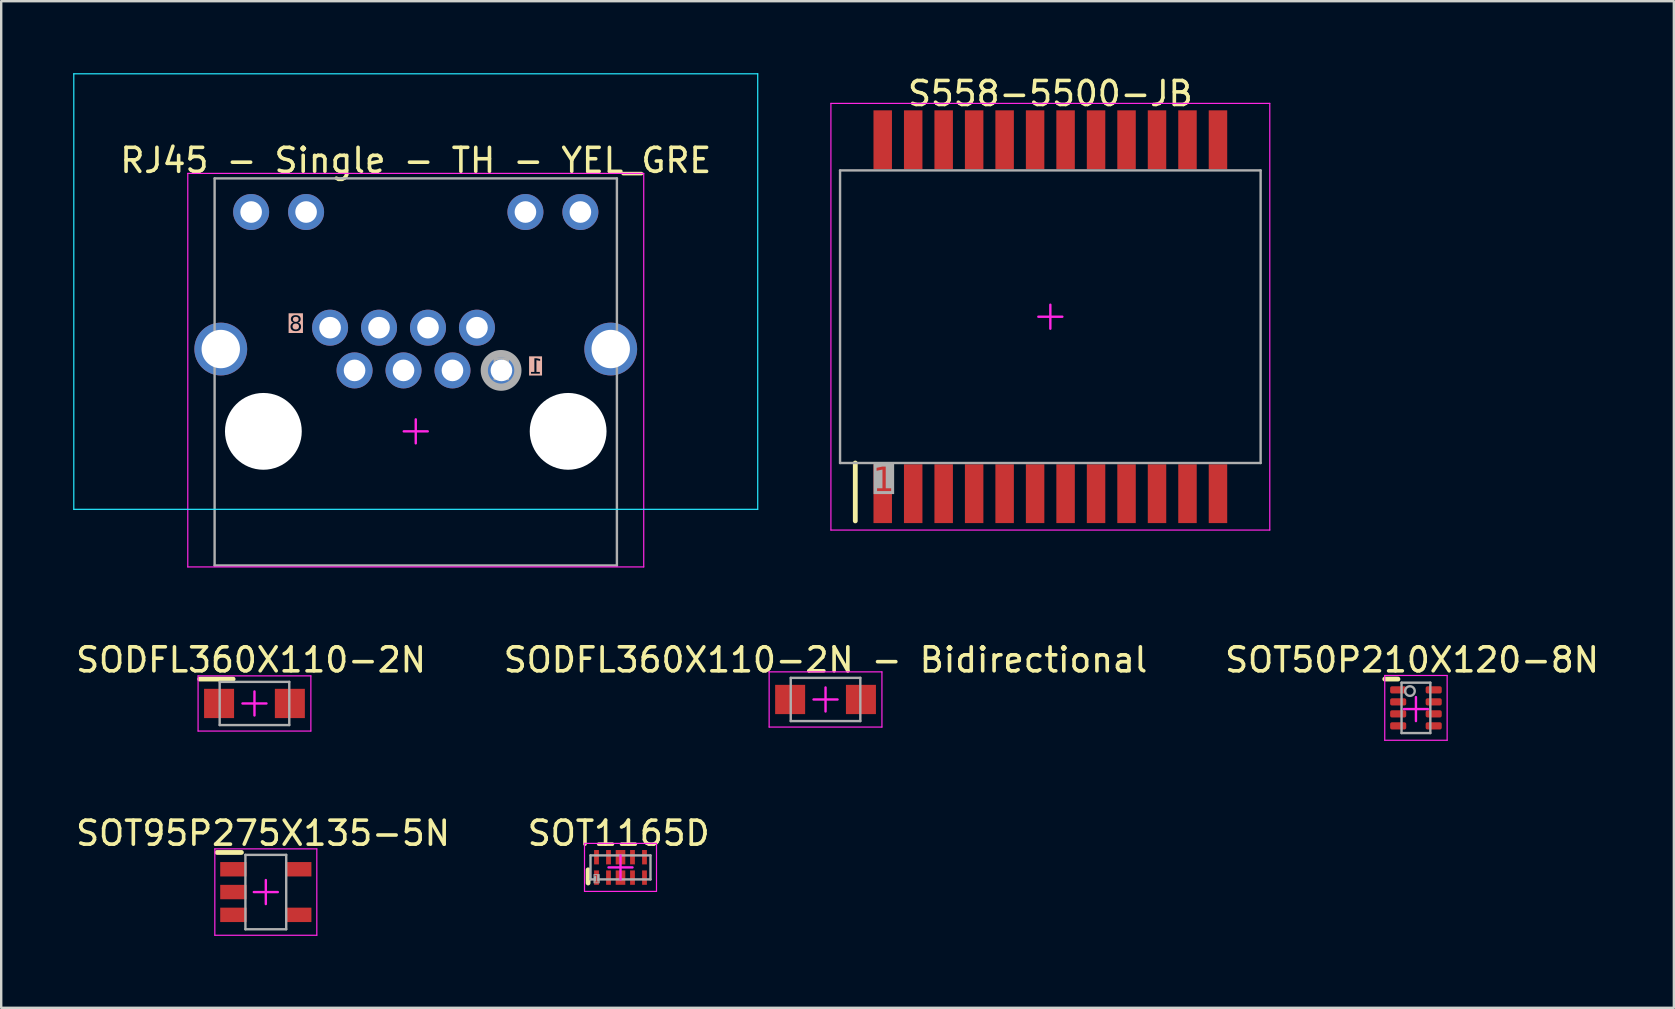
<source format=kicad_pcb>
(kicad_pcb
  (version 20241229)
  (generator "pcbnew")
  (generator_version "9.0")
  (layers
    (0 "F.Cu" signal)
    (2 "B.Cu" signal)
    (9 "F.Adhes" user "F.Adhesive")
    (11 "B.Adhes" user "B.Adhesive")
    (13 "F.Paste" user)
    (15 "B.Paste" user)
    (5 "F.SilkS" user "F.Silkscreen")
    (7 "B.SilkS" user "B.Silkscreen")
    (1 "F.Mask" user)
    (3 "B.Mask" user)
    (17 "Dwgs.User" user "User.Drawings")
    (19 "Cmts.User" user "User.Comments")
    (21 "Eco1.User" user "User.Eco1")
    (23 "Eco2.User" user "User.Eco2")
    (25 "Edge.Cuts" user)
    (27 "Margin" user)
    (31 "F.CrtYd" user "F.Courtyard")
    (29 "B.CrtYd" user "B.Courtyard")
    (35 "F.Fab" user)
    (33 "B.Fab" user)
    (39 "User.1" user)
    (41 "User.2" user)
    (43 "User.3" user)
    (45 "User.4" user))
  (footprint "SODFL360X110-2N"
    (layer "F.Cu")
    (at 7.554 26.264)
    (property "Reference" "SODFL360X110-2N" (at -0.143 -1.816 0) (layer "F.SilkS") (effects (font (size 1 1) (thickness 0.15))))
    (fp_line (start -2.286 -1.016) (end -0.889 -1.016) (stroke (width 0.2) (type solid)) (layer "F.SilkS"))
    (fp_line (start -2.35 -1.15) (end 2.35 -1.15) (stroke (width 0.05) (type solid)) (layer "F.CrtYd"))
    (fp_line (start -2.35 1.15) (end -2.35 -1.15) (stroke (width 0.05) (type solid)) (layer "F.CrtYd"))
    (fp_line (start -2.35 1.15) (end 2.35 1.15) (stroke (width 0.05) (type solid)) (layer "F.CrtYd"))
    (fp_line (start -0.5 0) (end 0.5 0) (stroke (width 0.1) (type solid)) (layer "F.CrtYd"))
    (fp_line (start 0 0.5) (end 0 -0.5) (stroke (width 0.1) (type solid)) (layer "F.CrtYd"))
    (fp_line (start 2.35 1.15) (end 2.35 -1.15) (stroke (width 0.05) (type solid)) (layer "F.CrtYd"))
    (fp_line (start -1.45 -0.9) (end 1.45 -0.9) (stroke (width 0.1) (type solid)) (layer "F.Fab"))
    (fp_line (start -1.45 0.9) (end -1.45 -0.9) (stroke (width 0.1) (type solid)) (layer "F.Fab"))
    (fp_line (start -1.45 0.9) (end 1.45 0.9) (stroke (width 0.1) (type solid)) (layer "F.Fab"))
    (fp_line (start 1.45 0.9) (end 1.45 -0.9) (stroke (width 0.1) (type solid)) (layer "F.Fab"))
    (pad "A" smd rect (at 1.475 0 90) (size 1.22 1.25) (layers "F.Cu" "F.Mask" "F.Paste"))
    (pad "K" smd rect (at -1.475 0 90) (size 1.22 1.25) (layers "F.Cu" "F.Mask" "F.Paste")))
  (footprint "SOT1165D"
    (layer "F.Cu")
    (at 22.807 33.096)
    (property "Reference" "SOT1165D" (at -0.075 -1.425 0) (layer "F.SilkS") (effects (font (size 1 1) (thickness 0.15))))
    (fp_line (start -1.35 0.65) (end -1.35 0.1) (stroke (width 0.2) (type solid)) (layer "F.SilkS"))
    (fp_line (start -1.5 -1) (end 1.5 -1) (stroke (width 0.05) (type solid)) (layer "F.CrtYd"))
    (fp_line (start -1.5 1) (end -1.5 -1) (stroke (width 0.05) (type solid)) (layer "F.CrtYd"))
    (fp_line (start -1.5 1) (end 1.5 1) (stroke (width 0.05) (type solid)) (layer "F.CrtYd"))
    (fp_line (start -0.5 0) (end 0.5 0) (stroke (width 0.1) (type solid)) (layer "F.CrtYd"))
    (fp_line (start 0 0.5) (end 0 -0.5) (stroke (width 0.1) (type solid)) (layer "F.CrtYd"))
    (fp_line (start 1.5 1) (end 1.5 -1) (stroke (width 0.05) (type solid)) (layer "F.CrtYd"))
    (fp_line (start -1.25 -0.5) (end 1.25 -0.5) (stroke (width 0.1) (type solid)) (layer "F.Fab"))
    (fp_line (start -1.25 0.5) (end -1.25 -0.5) (stroke (width 0.1) (type solid)) (layer "F.Fab"))
    (fp_line (start -1.25 0.5) (end -1.086 0.5) (stroke (width 0.1) (type solid)) (layer "F.Fab"))
    (fp_line (start -0.912 0.5) (end 1.25 0.5) (stroke (width 0.1) (type solid)) (layer "F.Fab"))
    (fp_line (start 1.25 0.5) (end 1.25 -0.5) (stroke (width 0.1) (type solid)) (layer "F.Fab"))
    (fp_text user "1" (at -1 0.5 0) (unlocked yes) (layer "F.Fab" knockout) (effects (font (face "Arial") (size 0.3 0.3) (thickness 0.254))))
    (pad "1" smd rect (at -1 0.425) (size 0.2 0.6) (layers "F.Cu" "F.Mask" "F.Paste"))
    (pad "2" smd rect (at -0.5 0.425) (size 0.2 0.6) (layers "F.Cu" "F.Mask" "F.Paste"))
    (pad "3" smd rect (at 0 0.425) (size 0.4 0.6) (layers "F.Cu" "F.Mask" "F.Paste"))
    (pad "4" smd rect (at 0.5 0.425) (size 0.2 0.6) (layers "F.Cu" "F.Mask" "F.Paste"))
    (pad "5" smd rect (at 1 0.425) (size 0.2 0.6) (layers "F.Cu" "F.Mask" "F.Paste"))
    (pad "6" smd rect (at 1 -0.425) (size 0.2 0.6) (layers "F.Cu" "F.Mask" "F.Paste"))
    (pad "7" smd rect (at 0.5 -0.425) (size 0.2 0.6) (layers "F.Cu" "F.Mask" "F.Paste"))
    (pad "8" smd rect (at 0 -0.425) (size 0.4 0.6) (layers "F.Cu" "F.Mask" "F.Paste"))
    (pad "9" smd rect (at -0.5 -0.425) (size 0.2 0.6) (layers "F.Cu" "F.Mask" "F.Paste"))
    (pad "10" smd rect (at -1 -0.425) (size 0.2 0.6) (layers "F.Cu" "F.Mask" "F.Paste")))
  (footprint "S558-5500-JB"
    (layer "F.Cu")
    (at 40.719 10.148)
    (property "Reference" "S558-5500-JB" (at 0 -9.3 0) (layer "F.SilkS") (effects (font (size 1 1) (thickness 0.15))))
    (fp_line (start -8.128 8.509) (end -8.128 6.096) (stroke (width 0.2) (type solid)) (layer "F.SilkS"))
    (fp_line (start -9.144 -8.89) (end 9.144 -8.89) (stroke (width 0.05) (type solid)) (layer "F.CrtYd"))
    (fp_line (start -9.144 8.89) (end -9.144 -8.89) (stroke (width 0.05) (type solid)) (layer "F.CrtYd"))
    (fp_line (start -9.144 8.89) (end 9.144 8.89) (stroke (width 0.05) (type solid)) (layer "F.CrtYd"))
    (fp_line (start -0.5 0) (end 0.5 0) (stroke (width 0.1) (type solid)) (layer "F.CrtYd"))
    (fp_line (start 0 0.5) (end 0 -0.5) (stroke (width 0.1) (type solid)) (layer "F.CrtYd"))
    (fp_line (start 9.144 8.89) (end 9.144 -8.89) (stroke (width 0.05) (type solid)) (layer "F.CrtYd"))
    (fp_line (start -8.763 -6.096) (end 8.763 -6.096) (stroke (width 0.1) (type solid)) (layer "F.Fab"))
    (fp_line (start -8.763 6.096) (end -8.763 -6.096) (stroke (width 0.1) (type solid)) (layer "F.Fab"))
    (fp_line (start -8.763 6.096) (end 8.763 6.096) (stroke (width 0.1) (type solid)) (layer "F.Fab"))
    (fp_line (start 8.763 6.096) (end 8.763 -6.096) (stroke (width 0.1) (type solid)) (layer "F.Fab"))
    (fp_text user "1" (at -6.95 6.85 0) (unlocked yes) (layer "F.Fab" knockout) (effects (font (face "Arial") (size 1 1) (thickness 0.254))))
    (pad "1" smd rect (at -6.985 7.375) (size 0.77 2.45) (layers "F.Cu" "F.Mask" "F.Paste"))
    (pad "2" smd rect (at -5.715 7.375) (size 0.77 2.45) (layers "F.Cu" "F.Mask" "F.Paste"))
    (pad "3" smd rect (at -4.445 7.375) (size 0.77 2.45) (layers "F.Cu" "F.Mask" "F.Paste"))
    (pad "4" smd rect (at -3.175 7.375) (size 0.77 2.45) (layers "F.Cu" "F.Mask" "F.Paste"))
    (pad "5" smd rect (at -1.905 7.375) (size 0.77 2.45) (layers "F.Cu" "F.Mask" "F.Paste"))
    (pad "6" smd rect (at -0.635 7.375) (size 0.77 2.45) (layers "F.Cu" "F.Mask" "F.Paste"))
    (pad "7" smd rect (at 0.635 7.375) (size 0.77 2.45) (layers "F.Cu" "F.Mask" "F.Paste"))
    (pad "8" smd rect (at 1.905 7.375) (size 0.77 2.45) (layers "F.Cu" "F.Mask" "F.Paste"))
    (pad "9" smd rect (at 3.175 7.375) (size 0.77 2.45) (layers "F.Cu" "F.Mask" "F.Paste"))
    (pad "10" smd rect (at 4.445 7.375) (size 0.77 2.45) (layers "F.Cu" "F.Mask" "F.Paste"))
    (pad "11" smd rect (at 5.715 7.375) (size 0.77 2.45) (layers "F.Cu" "F.Mask" "F.Paste"))
    (pad "12" smd rect (at 6.985 7.375) (size 0.77 2.45) (layers "F.Cu" "F.Mask" "F.Paste"))
    (pad "13" smd rect (at 6.985 -7.375 180) (size 0.77 2.45) (layers "F.Cu" "F.Mask" "F.Paste"))
    (pad "14" smd rect (at 5.715 -7.375 180) (size 0.77 2.45) (layers "F.Cu" "F.Mask" "F.Paste"))
    (pad "15" smd rect (at 4.445 -7.375 180) (size 0.77 2.45) (layers "F.Cu" "F.Mask" "F.Paste"))
    (pad "16" smd rect (at 3.175 -7.375 180) (size 0.77 2.45) (layers "F.Cu" "F.Mask" "F.Paste"))
    (pad "17" smd rect (at 1.905 -7.375 180) (size 0.77 2.45) (layers "F.Cu" "F.Mask" "F.Paste"))
    (pad "18" smd rect (at 0.635 -7.375 180) (size 0.77 2.45) (layers "F.Cu" "F.Mask" "F.Paste"))
    (pad "19" smd rect (at -0.635 -7.375 180) (size 0.77 2.45) (layers "F.Cu" "F.Mask" "F.Paste"))
    (pad "20" smd rect (at -1.905 -7.375 180) (size 0.77 2.45) (layers "F.Cu" "F.Mask" "F.Paste"))
    (pad "21" smd rect (at -3.175 -7.375 180) (size 0.77 2.45) (layers "F.Cu" "F.Mask" "F.Paste"))
    (pad "22" smd rect (at -4.445 -7.375 180) (size 0.77 2.45) (layers "F.Cu" "F.Mask" "F.Paste"))
    (pad "23" smd rect (at -5.715 -7.375 180) (size 0.77 2.45) (layers "F.Cu" "F.Mask" "F.Paste"))
    (pad "24" smd rect (at -6.985 -7.375 180) (size 0.77 2.45) (layers "F.Cu" "F.Mask" "F.Paste")))
  (footprint "RJ45 - Single - TH - YEL_GRE"
    (layer "F.Cu")
    (at 14.275 14.925)
    (property "Reference" "RJ45 - Single - TH - YEL_GRE" (at 0 -11.291 0) (layer "F.SilkS") (effects (font (size 1 1) (thickness 0.15))))
    (fp_line (start -14.25 -14.9) (end 14.25 -14.9) (stroke (width 0.05) (type solid)) (layer "B.CrtYd"))
    (fp_line (start -14.25 3.25) (end -14.25 -14.9) (stroke (width 0.05) (type solid)) (layer "B.CrtYd"))
    (fp_line (start -14.25 3.25) (end 14.25 3.25) (stroke (width 0.05) (type solid)) (layer "B.CrtYd"))
    (fp_line (start 14.25 3.25) (end 14.25 -14.9) (stroke (width 0.05) (type solid)) (layer "B.CrtYd"))
    (fp_line (start -9.5 -10.75) (end 9.5 -10.75) (stroke (width 0.05) (type solid)) (layer "F.CrtYd"))
    (fp_line (start -9.5 5.65) (end -9.5 -10.75) (stroke (width 0.05) (type solid)) (layer "F.CrtYd"))
    (fp_line (start -9.5 5.65) (end 9.5 5.65) (stroke (width 0.05) (type solid)) (layer "F.CrtYd"))
    (fp_line (start -0.5 0) (end 0.5 0) (stroke (width 0.1) (type solid)) (layer "F.CrtYd"))
    (fp_line (start 0 0.5) (end 0 -0.5) (stroke (width 0.1) (type solid)) (layer "F.CrtYd"))
    (fp_line (start 9.5 5.65) (end 9.5 -10.75) (stroke (width 0.05) (type solid)) (layer "F.CrtYd"))
    (fp_line (start -8.382 -10.541) (end 8.382 -10.541) (stroke (width 0.1) (type solid)) (layer "F.Fab"))
    (fp_line (start -8.382 5.588) (end -8.382 -10.541) (stroke (width 0.1) (type solid)) (layer "F.Fab"))
    (fp_line (start -8.382 5.588) (end 8.382 5.588) (stroke (width 0.1) (type solid)) (layer "F.Fab"))
    (fp_line (start 8.382 5.588) (end 8.382 -10.541) (stroke (width 0.1) (type solid)) (layer "F.Fab"))
    (fp_circle (center 3.556 -2.54) (end 3.556 -3.24) (stroke (width 0.3) (type solid)) (fill no) (layer "F.Fab"))
    (fp_text user "1" (at 5 -2.665 0) (unlocked yes) (layer "B.SilkS" knockout) (effects (font (face "Arial") (size 0.63 0.63) (thickness 0.254)) (justify mirror)))
    (fp_text user "8" (at -5 -4.45 0) (unlocked yes) (layer "B.SilkS" knockout) (effects (font (face "Arial") (size 0.63 0.63) (thickness 0.254)) (justify mirror)))
    (fp_text user "1" (at 3.556 -2.54 0) (unlocked yes) (layer "F.Fab" knockout) (effects (font (face "Arial") (size 0.75 0.75) (thickness 0.254))))
    (pad "" np_thru_hole circle (at -6.35 0) (size 3.2 3.2) (drill 3.2) (layers "*.Cu" "*.Mask"))
    (pad "" np_thru_hole circle (at 6.35 0) (size 3.2 3.2) (drill 3.2) (layers "*.Cu" "*.Mask"))
    (pad "1" thru_hole circle (at 3.57 -2.54) (size 1.5 1.5) (drill 0.9) (layers "*.Cu" "*.Mask"))
    (pad "2" thru_hole circle (at 2.55 -4.32) (size 1.5 1.5) (drill 0.9) (layers "*.Cu" "*.Mask"))
    (pad "3" thru_hole circle (at 1.53 -2.54) (size 1.5 1.5) (drill 0.9) (layers "*.Cu" "*.Mask"))
    (pad "4" thru_hole circle (at 0.51 -4.32) (size 1.5 1.5) (drill 0.9) (layers "*.Cu" "*.Mask"))
    (pad "5" thru_hole circle (at -0.51 -2.54) (size 1.5 1.5) (drill 0.9) (layers "*.Cu" "*.Mask"))
    (pad "6" thru_hole circle (at -1.53 -4.32) (size 1.5 1.5) (drill 0.9) (layers "*.Cu" "*.Mask"))
    (pad "7" thru_hole circle (at -2.55 -2.54) (size 1.5 1.5) (drill 0.9) (layers "*.Cu" "*.Mask"))
    (pad "8" thru_hole circle (at -3.57 -4.32) (size 1.5 1.5) (drill 0.9) (layers "*.Cu" "*.Mask"))
    (pad "9" thru_hole circle (at 6.86 -9.14) (size 1.5 1.5) (drill 0.9) (layers "*.Cu" "*.Mask"))
    (pad "10" thru_hole circle (at 4.57 -9.14) (size 1.5 1.5) (drill 0.9) (layers "*.Cu" "*.Mask"))
    (pad "11" thru_hole circle (at -4.57 -9.14) (size 1.5 1.5) (drill 0.9) (layers "*.Cu" "*.Mask"))
    (pad "12" thru_hole circle (at -6.86 -9.14) (size 1.5 1.5) (drill 0.9) (layers "*.Cu" "*.Mask"))
    (pad "S1" thru_hole circle (at 8.125 -3.43) (size 2.2 2.2) (drill 1.6) (layers "*.Cu" "*.Mask"))
    (pad "S2" thru_hole circle (at -8.125 -3.43) (size 2.2 2.2) (drill 1.6) (layers "*.Cu" "*.Mask")))
  (footprint "SOT95P275X135-5N"
    (layer "F.Cu")
    (at 8.027 34.123)
    (property "Reference" "SOT95P275X135-5N" (at -0.116 -2.451 0) (layer "F.SilkS") (effects (font (size 1 1) (thickness 0.15))))
    (fp_line (start -2.032 -1.651) (end -1.016 -1.651) (stroke (width 0.2) (type solid)) (layer "F.SilkS"))
    (fp_line (start -2.125 -1.8) (end 2.125 -1.8) (stroke (width 0.05) (type solid)) (layer "F.CrtYd"))
    (fp_line (start -2.125 1.8) (end -2.125 -1.8) (stroke (width 0.05) (type solid)) (layer "F.CrtYd"))
    (fp_line (start -2.125 1.8) (end 2.125 1.8) (stroke (width 0.05) (type solid)) (layer "F.CrtYd"))
    (fp_line (start -0.5 0) (end 0.5 0) (stroke (width 0.1) (type solid)) (layer "F.CrtYd"))
    (fp_line (start 0 0.5) (end 0 -0.5) (stroke (width 0.1) (type solid)) (layer "F.CrtYd"))
    (fp_line (start 2.125 1.8) (end 2.125 -1.8) (stroke (width 0.05) (type solid)) (layer "F.CrtYd"))
    (fp_line (start -0.85 -1.55) (end 0.85 -1.55) (stroke (width 0.1) (type solid)) (layer "F.Fab"))
    (fp_line (start -0.85 1.55) (end -0.85 -1.55) (stroke (width 0.1) (type solid)) (layer "F.Fab"))
    (fp_line (start -0.85 1.55) (end 0.85 1.55) (stroke (width 0.1) (type solid)) (layer "F.Fab"))
    (fp_line (start 0.85 1.55) (end 0.85 -1.55) (stroke (width 0.1) (type solid)) (layer "F.Fab"))
    (pad "1" smd rect (at -1.35 -0.95 90) (size 0.6 1.1) (layers "F.Cu" "F.Mask" "F.Paste"))
    (pad "2" smd rect (at -1.35 0 90) (size 0.6 1.1) (layers "F.Cu" "F.Mask" "F.Paste"))
    (pad "3" smd rect (at -1.35 0.95 90) (size 0.6 1.1) (layers "F.Cu" "F.Mask" "F.Paste"))
    (pad "4" smd rect (at 1.35 0.95 90) (size 0.6 1.1) (layers "F.Cu" "F.Mask" "F.Paste"))
    (pad "5" smd rect (at 1.35 -0.95 90) (size 0.6 1.1) (layers "F.Cu" "F.Mask" "F.Paste")))
  (footprint "SODFL360X110-2N - Bidirectional"
    (layer "F.Cu")
    (at 31.351 26.098)
    (property "Reference" "SODFL360X110-2N - Bidirectional" (at 0 -1.65 0) (layer "F.SilkS") (effects (font (size 1 1) (thickness 0.15))))
    (fp_line (start -2.35 -1.15) (end 2.35 -1.15) (stroke (width 0.05) (type solid)) (layer "F.CrtYd"))
    (fp_line (start -2.35 1.15) (end -2.35 -1.15) (stroke (width 0.05) (type solid)) (layer "F.CrtYd"))
    (fp_line (start -2.35 1.15) (end 2.35 1.15) (stroke (width 0.05) (type solid)) (layer "F.CrtYd"))
    (fp_line (start -0.5 0) (end 0.5 0) (stroke (width 0.1) (type solid)) (layer "F.CrtYd"))
    (fp_line (start 0 0.5) (end 0 -0.5) (stroke (width 0.1) (type solid)) (layer "F.CrtYd"))
    (fp_line (start 2.35 1.15) (end 2.35 -1.15) (stroke (width 0.05) (type solid)) (layer "F.CrtYd"))
    (fp_line (start -1.45 -0.9) (end 1.45 -0.9) (stroke (width 0.1) (type solid)) (layer "F.Fab"))
    (fp_line (start -1.45 0.9) (end -1.45 -0.9) (stroke (width 0.1) (type solid)) (layer "F.Fab"))
    (fp_line (start -1.45 0.9) (end 1.45 0.9) (stroke (width 0.1) (type solid)) (layer "F.Fab"))
    (fp_line (start 1.45 0.9) (end 1.45 -0.9) (stroke (width 0.1) (type solid)) (layer "F.Fab"))
    (pad "1" smd rect (at -1.475 0 90) (size 1.22 1.25) (layers "F.Cu" "F.Mask" "F.Paste"))
    (pad "2" smd rect (at 1.475 0 90) (size 1.22 1.25) (layers "F.Cu" "F.Mask" "F.Paste")))
  (footprint "SOT50P210X120-8N"
    (layer "F.Cu")
    (at 55.954 26.448)
    (property "Reference" "SOT50P210X120-8N" (at -0.163 -2 0) (layer "F.SilkS") (effects (font (size 1 1) (thickness 0.15))))
    (fp_line (start -1.3 -1.2) (end -0.75 -1.2) (stroke (width 0.2) (type solid)) (layer "F.SilkS"))
    (fp_line (start -1.3 -1.35) (end 1.3 -1.35) (stroke (width 0.05) (type solid)) (layer "F.CrtYd"))
    (fp_line (start -1.3 1.35) (end -1.3 -1.35) (stroke (width 0.05) (type solid)) (layer "F.CrtYd"))
    (fp_line (start -1.3 1.35) (end 1.3 1.35) (stroke (width 0.05) (type solid)) (layer "F.CrtYd"))
    (fp_line (start -0.5 0.05) (end 0.5 0.05) (stroke (width 0.1) (type solid)) (layer "F.CrtYd"))
    (fp_line (start 0 0.55) (end 0 -0.45) (stroke (width 0.1) (type solid)) (layer "F.CrtYd"))
    (fp_line (start 1.3 1.35) (end 1.3 -1.35) (stroke (width 0.05) (type solid)) (layer "F.CrtYd"))
    (fp_line (start -0.6 -1.05) (end 0.6 -1.05) (stroke (width 0.1) (type solid)) (layer "F.Fab"))
    (fp_line (start -0.6 1.05) (end -0.6 -1.05) (stroke (width 0.1) (type solid)) (layer "F.Fab"))
    (fp_line (start -0.6 1.05) (end 0.6 1.05) (stroke (width 0.1) (type solid)) (layer "F.Fab"))
    (fp_line (start 0.6 1.05) (end 0.6 -1.05) (stroke (width 0.1) (type solid)) (layer "F.Fab"))
    (fp_circle (center -0.25 -0.7) (end -0.05 -0.7) (stroke (width 0.1) (type solid)) (fill no) (layer "F.Fab"))
    (pad "1" smd roundrect (at -0.74 -0.75) (size 0.67 0.3) (layers "F.Cu" "F.Mask" "F.Paste") (roundrect_rratio 0.25))
    (pad "2" smd roundrect (at -0.74 -0.25) (size 0.67 0.3) (layers "F.Cu" "F.Mask" "F.Paste") (roundrect_rratio 0.25))
    (pad "3" smd roundrect (at -0.74 0.25) (size 0.67 0.3) (layers "F.Cu" "F.Mask" "F.Paste") (roundrect_rratio 0.25))
    (pad "4" smd roundrect (at -0.74 0.75) (size 0.67 0.3) (layers "F.Cu" "F.Mask" "F.Paste") (roundrect_rratio 0.25))
    (pad "5" smd roundrect (at 0.74 0.75) (size 0.67 0.3) (layers "F.Cu" "F.Mask" "F.Paste") (roundrect_rratio 0.25))
    (pad "6" smd roundrect (at 0.74 0.25) (size 0.67 0.3) (layers "F.Cu" "F.Mask" "F.Paste") (roundrect_rratio 0.25))
    (pad "7" smd roundrect (at 0.74 -0.25) (size 0.67 0.3) (layers "F.Cu" "F.Mask" "F.Paste") (roundrect_rratio 0.25))
    (pad "8" smd roundrect (at 0.74 -0.75) (size 0.67 0.3) (layers "F.Cu" "F.Mask" "F.Paste") (roundrect_rratio 0.25)))
  (gr_rect
    (start -3 -3)
    (end 66.702 38.947)
    (stroke (width 0.1) (type default))
    (fill no)
    (layer "Edge.Cuts")))
</source>
